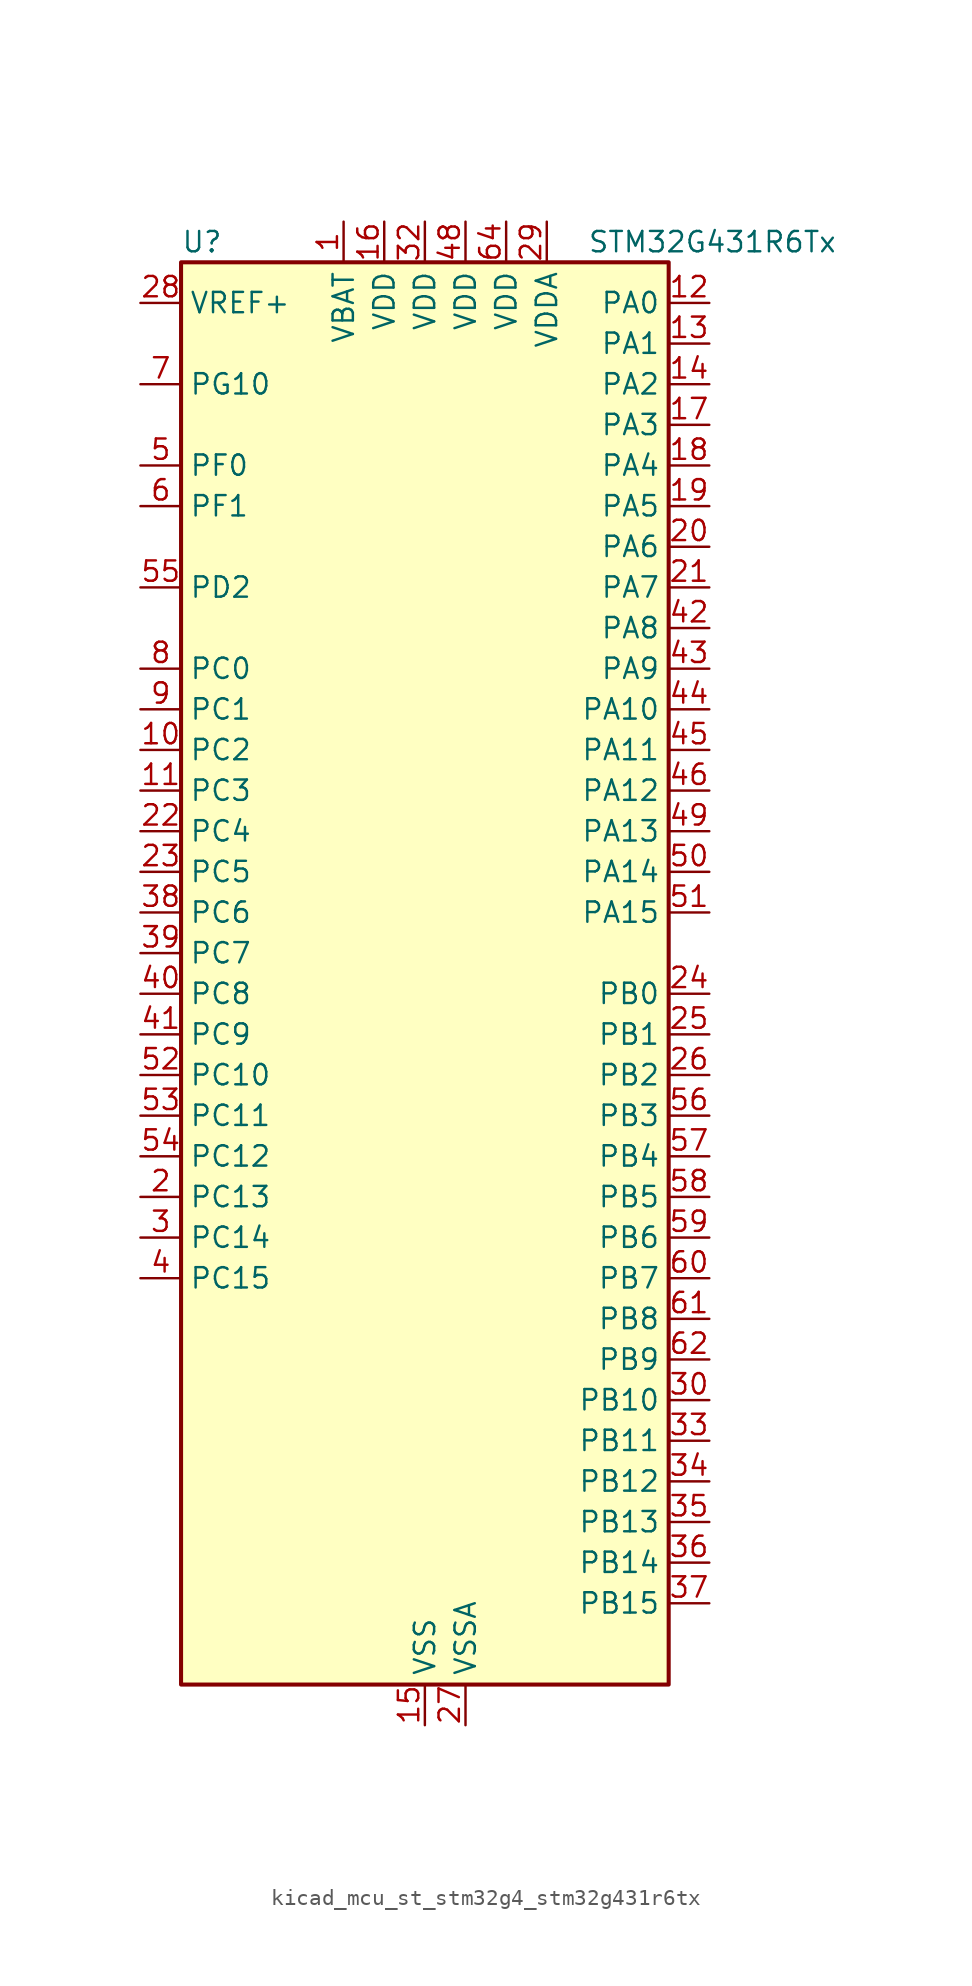
<source format=kicad_sym>
(kicad_symbol_lib
  (version 20220914)
  (generator kicad_symbol_editor)
  (symbol "kicad_mcu_st_stm32g4_stm32g431r6tx"
    (property "Reference" "U"
      (at -15.24 46.99 0)
      (effects (font (size 1.27 1.27)) (justify left)))
    (property "Value" "STM32G431R6Tx"
      (at 10.16 46.99 0)
      (effects (font (size 1.27 1.27)) (justify left)))
    (property "ki_locked" ""
      (at 0 0 0)
      (effects (font (size 1.27 1.27))))
    (symbol "kicad_mcu_st_stm32g4_stm32g431r6tx_0_1"
      (rectangle (start -15.24 -43.18) (end 15.24 45.72) (stroke (width 0.254) (type default)) (fill (type background))))
    (symbol "kicad_mcu_st_stm32g4_stm32g431r6tx_1_1"
      (pin power_in line (at -5.08 48.26 270) (length 2.54) (name "VBAT" (effects (font (size 1.27 1.27)))) (number "1" (effects (font (size 1.27 1.27)))))
      (pin bidirectional line (at -17.78 15.24 0) (length 2.54) (name "PC2" (effects (font (size 1.27 1.27)))) (number "10" (effects (font (size 1.27 1.27)))) (alternate "ADC1_IN8" bidirectional line) (alternate "ADC2_IN8" bidirectional line) (alternate "COMP3_OUT" bidirectional line) (alternate "LPTIM1_IN2" bidirectional line) (alternate "TIM1_CH3" bidirectional line))
      (pin bidirectional line (at -17.78 12.7 0) (length 2.54) (name "PC3" (effects (font (size 1.27 1.27)))) (number "11" (effects (font (size 1.27 1.27)))) (alternate "ADC1_IN9" bidirectional line) (alternate "ADC2_IN9" bidirectional line) (alternate "LPTIM1_ETR" bidirectional line) (alternate "SAI1_D1" bidirectional line) (alternate "SAI1_SD_A" bidirectional line) (alternate "TIM1_BKIN2" bidirectional line) (alternate "TIM1_CH4" bidirectional line))
      (pin bidirectional line (at 17.78 43.18 180) (length 2.54) (name "PA0" (effects (font (size 1.27 1.27)))) (number "12" (effects (font (size 1.27 1.27)))) (alternate "ADC1_IN1" bidirectional line) (alternate "ADC2_IN1" bidirectional line) (alternate "COMP1_INM" bidirectional line) (alternate "COMP1_OUT" bidirectional line) (alternate "COMP3_INP" bidirectional line) (alternate "RTC_TAMP2" bidirectional line) (alternate "SYS_WKUP1" bidirectional line) (alternate "TIM2_CH1" bidirectional line) (alternate "TIM2_ETR" bidirectional line) (alternate "TIM8_BKIN" bidirectional line) (alternate "TIM8_ETR" bidirectional line) (alternate "USART2_CTS" bidirectional line) (alternate "USART2_NSS" bidirectional line))
      (pin bidirectional line (at 17.78 40.64 180) (length 2.54) (name "PA1" (effects (font (size 1.27 1.27)))) (number "13" (effects (font (size 1.27 1.27)))) (alternate "ADC1_IN2" bidirectional line) (alternate "ADC2_IN2" bidirectional line) (alternate "COMP1_INP" bidirectional line) (alternate "OPAMP1_VINP" bidirectional line) (alternate "OPAMP1_VINP_SEC" bidirectional line) (alternate "OPAMP3_VINP" bidirectional line) (alternate "OPAMP3_VINP_SEC" bidirectional line) (alternate "RTC_REFIN" bidirectional line) (alternate "TIM15_CH1N" bidirectional line) (alternate "TIM2_CH2" bidirectional line) (alternate "USART2_DE" bidirectional line) (alternate "USART2_RTS" bidirectional line))
      (pin bidirectional line (at 17.78 38.1 180) (length 2.54) (name "PA2" (effects (font (size 1.27 1.27)))) (number "14" (effects (font (size 1.27 1.27)))) (alternate "ADC1_IN3" bidirectional line) (alternate "COMP2_INM" bidirectional line) (alternate "COMP2_OUT" bidirectional line) (alternate "LPUART1_TX" bidirectional line) (alternate "OPAMP1_VOUT" bidirectional line) (alternate "RCC_LSCO" bidirectional line) (alternate "SYS_WKUP4" bidirectional line) (alternate "TIM15_CH1" bidirectional line) (alternate "TIM2_CH3" bidirectional line) (alternate "UCPD1_FRSTX1" bidirectional line) (alternate "UCPD1_FRSTX2" bidirectional line) (alternate "USART2_TX" bidirectional line))
      (pin power_in line (at 0 -45.72 90) (length 2.54) (name "VSS" (effects (font (size 1.27 1.27)))) (number "15" (effects (font (size 1.27 1.27)))))
      (pin power_in line (at -2.54 48.26 270) (length 2.54) (name "VDD" (effects (font (size 1.27 1.27)))) (number "16" (effects (font (size 1.27 1.27)))))
      (pin bidirectional line (at 17.78 35.56 180) (length 2.54) (name "PA3" (effects (font (size 1.27 1.27)))) (number "17" (effects (font (size 1.27 1.27)))) (alternate "ADC1_IN4" bidirectional line) (alternate "COMP2_INP" bidirectional line) (alternate "LPUART1_RX" bidirectional line) (alternate "OPAMP1_VINM" bidirectional line) (alternate "OPAMP1_VINM0" bidirectional line) (alternate "OPAMP1_VINM_SEC" bidirectional line) (alternate "OPAMP1_VINP" bidirectional line) (alternate "OPAMP1_VINP_SEC" bidirectional line) (alternate "SAI1_CK1" bidirectional line) (alternate "SAI1_MCLK_A" bidirectional line) (alternate "TIM15_CH2" bidirectional line) (alternate "TIM2_CH4" bidirectional line) (alternate "USART2_RX" bidirectional line))
      (pin bidirectional line (at 17.78 33.02 180) (length 2.54) (name "PA4" (effects (font (size 1.27 1.27)))) (number "18" (effects (font (size 1.27 1.27)))) (alternate "ADC2_IN17" bidirectional line) (alternate "COMP1_INM" bidirectional line) (alternate "DAC1_OUT1" bidirectional line) (alternate "I2S3_WS" bidirectional line) (alternate "SAI1_FS_B" bidirectional line) (alternate "SPI1_NSS" bidirectional line) (alternate "SPI3_NSS" bidirectional line) (alternate "TIM3_CH2" bidirectional line) (alternate "USART2_CK" bidirectional line))
      (pin bidirectional line (at 17.78 30.48 180) (length 2.54) (name "PA5" (effects (font (size 1.27 1.27)))) (number "19" (effects (font (size 1.27 1.27)))) (alternate "ADC2_IN13" bidirectional line) (alternate "COMP2_INM" bidirectional line) (alternate "DAC1_OUT2" bidirectional line) (alternate "OPAMP2_VINM" bidirectional line) (alternate "OPAMP2_VINM0" bidirectional line) (alternate "OPAMP2_VINM_SEC" bidirectional line) (alternate "SPI1_SCK" bidirectional line) (alternate "TIM2_CH1" bidirectional line) (alternate "TIM2_ETR" bidirectional line) (alternate "UCPD1_FRSTX1" bidirectional line) (alternate "UCPD1_FRSTX2" bidirectional line))
      (pin bidirectional line (at -17.78 -12.7 0) (length 2.54) (name "PC13" (effects (font (size 1.27 1.27)))) (number "2" (effects (font (size 1.27 1.27)))) (alternate "RTC_OUT1" bidirectional line) (alternate "RTC_TAMP1" bidirectional line) (alternate "RTC_TS" bidirectional line) (alternate "SYS_WKUP2" bidirectional line) (alternate "TIM1_BKIN" bidirectional line) (alternate "TIM1_CH1N" bidirectional line) (alternate "TIM8_CH4N" bidirectional line))
      (pin bidirectional line (at 17.78 27.94 180) (length 2.54) (name "PA6" (effects (font (size 1.27 1.27)))) (number "20" (effects (font (size 1.27 1.27)))) (alternate "ADC2_IN3" bidirectional line) (alternate "COMP1_OUT" bidirectional line) (alternate "LPUART1_CTS" bidirectional line) (alternate "OPAMP2_VOUT" bidirectional line) (alternate "SPI1_MISO" bidirectional line) (alternate "TIM16_CH1" bidirectional line) (alternate "TIM1_BKIN" bidirectional line) (alternate "TIM3_CH1" bidirectional line) (alternate "TIM8_BKIN" bidirectional line))
      (pin bidirectional line (at 17.78 25.4 180) (length 2.54) (name "PA7" (effects (font (size 1.27 1.27)))) (number "21" (effects (font (size 1.27 1.27)))) (alternate "ADC2_IN4" bidirectional line) (alternate "COMP2_INP" bidirectional line) (alternate "COMP2_OUT" bidirectional line) (alternate "OPAMP1_VINP" bidirectional line) (alternate "OPAMP1_VINP_SEC" bidirectional line) (alternate "OPAMP2_VINP" bidirectional line) (alternate "OPAMP2_VINP_SEC" bidirectional line) (alternate "SPI1_MOSI" bidirectional line) (alternate "TIM17_CH1" bidirectional line) (alternate "TIM1_CH1N" bidirectional line) (alternate "TIM3_CH2" bidirectional line) (alternate "TIM8_CH1N" bidirectional line) (alternate "UCPD1_FRSTX1" bidirectional line) (alternate "UCPD1_FRSTX2" bidirectional line))
      (pin bidirectional line (at -17.78 10.16 0) (length 2.54) (name "PC4" (effects (font (size 1.27 1.27)))) (number "22" (effects (font (size 1.27 1.27)))) (alternate "ADC2_IN5" bidirectional line) (alternate "I2C2_SCL" bidirectional line) (alternate "TIM1_ETR" bidirectional line) (alternate "USART1_TX" bidirectional line))
      (pin bidirectional line (at -17.78 7.62 0) (length 2.54) (name "PC5" (effects (font (size 1.27 1.27)))) (number "23" (effects (font (size 1.27 1.27)))) (alternate "ADC2_IN11" bidirectional line) (alternate "OPAMP1_VINM" bidirectional line) (alternate "OPAMP1_VINM1" bidirectional line) (alternate "OPAMP1_VINM_SEC" bidirectional line) (alternate "OPAMP2_VINM" bidirectional line) (alternate "OPAMP2_VINM1" bidirectional line) (alternate "OPAMP2_VINM_SEC" bidirectional line) (alternate "SAI1_D3" bidirectional line) (alternate "SYS_WKUP5" bidirectional line) (alternate "TIM15_BKIN" bidirectional line) (alternate "TIM1_CH4N" bidirectional line) (alternate "USART1_RX" bidirectional line))
      (pin bidirectional line (at 17.78 0 180) (length 2.54) (name "PB0" (effects (font (size 1.27 1.27)))) (number "24" (effects (font (size 1.27 1.27)))) (alternate "ADC1_IN15" bidirectional line) (alternate "COMP4_INP" bidirectional line) (alternate "OPAMP2_VINP" bidirectional line) (alternate "OPAMP2_VINP_SEC" bidirectional line) (alternate "OPAMP3_VINP" bidirectional line) (alternate "OPAMP3_VINP_SEC" bidirectional line) (alternate "TIM1_CH2N" bidirectional line) (alternate "TIM3_CH3" bidirectional line) (alternate "TIM8_CH2N" bidirectional line) (alternate "UCPD1_FRSTX1" bidirectional line) (alternate "UCPD1_FRSTX2" bidirectional line))
      (pin bidirectional line (at 17.78 -2.54 180) (length 2.54) (name "PB1" (effects (font (size 1.27 1.27)))) (number "25" (effects (font (size 1.27 1.27)))) (alternate "ADC1_IN12" bidirectional line) (alternate "COMP1_INP" bidirectional line) (alternate "COMP4_OUT" bidirectional line) (alternate "LPUART1_DE" bidirectional line) (alternate "LPUART1_RTS" bidirectional line) (alternate "OPAMP3_VOUT" bidirectional line) (alternate "TIM1_CH3N" bidirectional line) (alternate "TIM3_CH4" bidirectional line) (alternate "TIM8_CH3N" bidirectional line))
      (pin bidirectional line (at 17.78 -5.08 180) (length 2.54) (name "PB2" (effects (font (size 1.27 1.27)))) (number "26" (effects (font (size 1.27 1.27)))) (alternate "ADC2_IN12" bidirectional line) (alternate "COMP4_INM" bidirectional line) (alternate "I2C3_SMBA" bidirectional line) (alternate "LPTIM1_OUT" bidirectional line) (alternate "OPAMP3_VINM" bidirectional line) (alternate "OPAMP3_VINM0" bidirectional line) (alternate "OPAMP3_VINM_SEC" bidirectional line) (alternate "RTC_OUT2" bidirectional line))
      (pin power_in line (at 2.54 -45.72 90) (length 2.54) (name "VSSA" (effects (font (size 1.27 1.27)))) (number "27" (effects (font (size 1.27 1.27)))))
      (pin input line (at -17.78 43.18 0) (length 2.54) (name "VREF+" (effects (font (size 1.27 1.27)))) (number "28" (effects (font (size 1.27 1.27)))) (alternate "VREFBUF_OUT" bidirectional line))
      (pin power_in line (at 7.62 48.26 270) (length 2.54) (name "VDDA" (effects (font (size 1.27 1.27)))) (number "29" (effects (font (size 1.27 1.27)))))
      (pin bidirectional line (at -17.78 -15.24 0) (length 2.54) (name "PC14" (effects (font (size 1.27 1.27)))) (number "3" (effects (font (size 1.27 1.27)))) (alternate "RCC_OSC32_IN" bidirectional line))
      (pin bidirectional line (at 17.78 -25.4 180) (length 2.54) (name "PB10" (effects (font (size 1.27 1.27)))) (number "30" (effects (font (size 1.27 1.27)))) (alternate "DAC1_EXTI10" bidirectional line) (alternate "DAC3_EXTI10" bidirectional line) (alternate "LPUART1_RX" bidirectional line) (alternate "OPAMP3_VINM" bidirectional line) (alternate "OPAMP3_VINM1" bidirectional line) (alternate "OPAMP3_VINM_SEC" bidirectional line) (alternate "SAI1_SCK_A" bidirectional line) (alternate "TIM1_BKIN" bidirectional line) (alternate "TIM2_CH3" bidirectional line) (alternate "USART3_TX" bidirectional line))
      (pin passive line (at 0 -45.72 90) (length 2.54) hide (name "VSS" (effects (font (size 1.27 1.27)))) (number "31" (effects (font (size 1.27 1.27)))))
      (pin power_in line (at 0 48.26 270) (length 2.54) (name "VDD" (effects (font (size 1.27 1.27)))) (number "32" (effects (font (size 1.27 1.27)))))
      (pin bidirectional line (at 17.78 -27.94 180) (length 2.54) (name "PB11" (effects (font (size 1.27 1.27)))) (number "33" (effects (font (size 1.27 1.27)))) (alternate "ADC1_EXTI11" bidirectional line) (alternate "ADC1_IN14" bidirectional line) (alternate "ADC2_EXTI11" bidirectional line) (alternate "ADC2_IN14" bidirectional line) (alternate "LPUART1_TX" bidirectional line) (alternate "TIM2_CH4" bidirectional line) (alternate "USART3_RX" bidirectional line))
      (pin bidirectional line (at 17.78 -30.48 180) (length 2.54) (name "PB12" (effects (font (size 1.27 1.27)))) (number "34" (effects (font (size 1.27 1.27)))) (alternate "ADC1_IN11" bidirectional line) (alternate "I2C2_SMBA" bidirectional line) (alternate "I2S2_WS" bidirectional line) (alternate "LPUART1_DE" bidirectional line) (alternate "LPUART1_RTS" bidirectional line) (alternate "SPI2_NSS" bidirectional line) (alternate "TIM1_BKIN" bidirectional line) (alternate "USART3_CK" bidirectional line))
      (pin bidirectional line (at 17.78 -33.02 180) (length 2.54) (name "PB13" (effects (font (size 1.27 1.27)))) (number "35" (effects (font (size 1.27 1.27)))) (alternate "I2S2_CK" bidirectional line) (alternate "LPUART1_CTS" bidirectional line) (alternate "OPAMP3_VINP" bidirectional line) (alternate "OPAMP3_VINP_SEC" bidirectional line) (alternate "SPI2_SCK" bidirectional line) (alternate "TIM1_CH1N" bidirectional line) (alternate "USART3_CTS" bidirectional line) (alternate "USART3_NSS" bidirectional line))
      (pin bidirectional line (at 17.78 -35.56 180) (length 2.54) (name "PB14" (effects (font (size 1.27 1.27)))) (number "36" (effects (font (size 1.27 1.27)))) (alternate "ADC1_IN5" bidirectional line) (alternate "COMP4_OUT" bidirectional line) (alternate "OPAMP2_VINP" bidirectional line) (alternate "OPAMP2_VINP_SEC" bidirectional line) (alternate "SPI2_MISO" bidirectional line) (alternate "TIM15_CH1" bidirectional line) (alternate "TIM1_CH2N" bidirectional line) (alternate "USART3_DE" bidirectional line) (alternate "USART3_RTS" bidirectional line))
      (pin bidirectional line (at 17.78 -38.1 180) (length 2.54) (name "PB15" (effects (font (size 1.27 1.27)))) (number "37" (effects (font (size 1.27 1.27)))) (alternate "ADC1_EXTI15" bidirectional line) (alternate "ADC2_EXTI15" bidirectional line) (alternate "ADC2_IN15" bidirectional line) (alternate "COMP3_OUT" bidirectional line) (alternate "I2S2_SD" bidirectional line) (alternate "RTC_REFIN" bidirectional line) (alternate "SPI2_MOSI" bidirectional line) (alternate "TIM15_CH1N" bidirectional line) (alternate "TIM15_CH2" bidirectional line) (alternate "TIM1_CH3N" bidirectional line))
      (pin bidirectional line (at -17.78 5.08 0) (length 2.54) (name "PC6" (effects (font (size 1.27 1.27)))) (number "38" (effects (font (size 1.27 1.27)))) (alternate "I2S2_MCK" bidirectional line) (alternate "TIM3_CH1" bidirectional line) (alternate "TIM8_CH1" bidirectional line))
      (pin bidirectional line (at -17.78 2.54 0) (length 2.54) (name "PC7" (effects (font (size 1.27 1.27)))) (number "39" (effects (font (size 1.27 1.27)))) (alternate "I2S3_MCK" bidirectional line) (alternate "TIM3_CH2" bidirectional line) (alternate "TIM8_CH2" bidirectional line))
      (pin bidirectional line (at -17.78 -17.78 0) (length 2.54) (name "PC15" (effects (font (size 1.27 1.27)))) (number "4" (effects (font (size 1.27 1.27)))) (alternate "ADC1_EXTI15" bidirectional line) (alternate "ADC2_EXTI15" bidirectional line) (alternate "RCC_OSC32_OUT" bidirectional line))
      (pin bidirectional line (at -17.78 0 0) (length 2.54) (name "PC8" (effects (font (size 1.27 1.27)))) (number "40" (effects (font (size 1.27 1.27)))) (alternate "I2C3_SCL" bidirectional line) (alternate "TIM3_CH3" bidirectional line) (alternate "TIM8_CH3" bidirectional line))
      (pin bidirectional line (at -17.78 -2.54 0) (length 2.54) (name "PC9" (effects (font (size 1.27 1.27)))) (number "41" (effects (font (size 1.27 1.27)))) (alternate "DAC1_EXTI9" bidirectional line) (alternate "DAC3_EXTI9" bidirectional line) (alternate "I2C3_SDA" bidirectional line) (alternate "I2S_CKIN" bidirectional line) (alternate "TIM3_CH4" bidirectional line) (alternate "TIM8_BKIN2" bidirectional line) (alternate "TIM8_CH4" bidirectional line))
      (pin bidirectional line (at 17.78 22.86 180) (length 2.54) (name "PA8" (effects (font (size 1.27 1.27)))) (number "42" (effects (font (size 1.27 1.27)))) (alternate "I2C2_SDA" bidirectional line) (alternate "I2C3_SCL" bidirectional line) (alternate "I2S2_MCK" bidirectional line) (alternate "RCC_MCO" bidirectional line) (alternate "SAI1_CK2" bidirectional line) (alternate "SAI1_SCK_A" bidirectional line) (alternate "TIM1_CH1" bidirectional line) (alternate "TIM4_ETR" bidirectional line) (alternate "USART1_CK" bidirectional line))
      (pin bidirectional line (at 17.78 20.32 180) (length 2.54) (name "PA9" (effects (font (size 1.27 1.27)))) (number "43" (effects (font (size 1.27 1.27)))) (alternate "DAC1_EXTI9" bidirectional line) (alternate "DAC3_EXTI9" bidirectional line) (alternate "I2C2_SCL" bidirectional line) (alternate "I2C3_SMBA" bidirectional line) (alternate "I2S3_MCK" bidirectional line) (alternate "SAI1_FS_A" bidirectional line) (alternate "TIM15_BKIN" bidirectional line) (alternate "TIM1_CH2" bidirectional line) (alternate "TIM2_CH3" bidirectional line) (alternate "UCPD1_DBCC1" bidirectional line) (alternate "USART1_TX" bidirectional line))
      (pin bidirectional line (at 17.78 17.78 180) (length 2.54) (name "PA10" (effects (font (size 1.27 1.27)))) (number "44" (effects (font (size 1.27 1.27)))) (alternate "CRS_SYNC" bidirectional line) (alternate "DAC1_EXTI10" bidirectional line) (alternate "DAC3_EXTI10" bidirectional line) (alternate "I2C2_SMBA" bidirectional line) (alternate "SAI1_D1" bidirectional line) (alternate "SAI1_SD_A" bidirectional line) (alternate "SPI2_MISO" bidirectional line) (alternate "TIM17_BKIN" bidirectional line) (alternate "TIM1_CH3" bidirectional line) (alternate "TIM2_CH4" bidirectional line) (alternate "TIM8_BKIN" bidirectional line) (alternate "UCPD1_DBCC2" bidirectional line) (alternate "USART1_RX" bidirectional line))
      (pin bidirectional line (at 17.78 15.24 180) (length 2.54) (name "PA11" (effects (font (size 1.27 1.27)))) (number "45" (effects (font (size 1.27 1.27)))) (alternate "ADC1_EXTI11" bidirectional line) (alternate "ADC2_EXTI11" bidirectional line) (alternate "COMP1_OUT" bidirectional line) (alternate "FDCAN1_RX" bidirectional line) (alternate "I2S2_SD" bidirectional line) (alternate "SPI2_MOSI" bidirectional line) (alternate "TIM1_BKIN2" bidirectional line) (alternate "TIM1_CH1N" bidirectional line) (alternate "TIM1_CH4" bidirectional line) (alternate "TIM4_CH1" bidirectional line) (alternate "USART1_CTS" bidirectional line) (alternate "USART1_NSS" bidirectional line) (alternate "USB_DM" bidirectional line))
      (pin bidirectional line (at 17.78 12.7 180) (length 2.54) (name "PA12" (effects (font (size 1.27 1.27)))) (number "46" (effects (font (size 1.27 1.27)))) (alternate "COMP2_OUT" bidirectional line) (alternate "FDCAN1_TX" bidirectional line) (alternate "I2S_CKIN" bidirectional line) (alternate "TIM16_CH1" bidirectional line) (alternate "TIM1_CH2N" bidirectional line) (alternate "TIM1_ETR" bidirectional line) (alternate "TIM4_CH2" bidirectional line) (alternate "USART1_DE" bidirectional line) (alternate "USART1_RTS" bidirectional line) (alternate "USB_DP" bidirectional line))
      (pin passive line (at 0 -45.72 90) (length 2.54) hide (name "VSS" (effects (font (size 1.27 1.27)))) (number "47" (effects (font (size 1.27 1.27)))))
      (pin power_in line (at 2.54 48.26 270) (length 2.54) (name "VDD" (effects (font (size 1.27 1.27)))) (number "48" (effects (font (size 1.27 1.27)))))
      (pin bidirectional line (at 17.78 10.16 180) (length 2.54) (name "PA13" (effects (font (size 1.27 1.27)))) (number "49" (effects (font (size 1.27 1.27)))) (alternate "I2C1_SCL" bidirectional line) (alternate "IR_OUT" bidirectional line) (alternate "SAI1_SD_B" bidirectional line) (alternate "SYS_JTMS-SWDIO" bidirectional line) (alternate "TIM16_CH1N" bidirectional line) (alternate "TIM4_CH3" bidirectional line) (alternate "USART3_CTS" bidirectional line) (alternate "USART3_NSS" bidirectional line))
      (pin bidirectional line (at -17.78 33.02 0) (length 2.54) (name "PF0" (effects (font (size 1.27 1.27)))) (number "5" (effects (font (size 1.27 1.27)))) (alternate "ADC1_IN10" bidirectional line) (alternate "I2C2_SDA" bidirectional line) (alternate "I2S2_WS" bidirectional line) (alternate "RCC_OSC_IN" bidirectional line) (alternate "SPI2_NSS" bidirectional line) (alternate "TIM1_CH3N" bidirectional line))
      (pin bidirectional line (at 17.78 7.62 180) (length 2.54) (name "PA14" (effects (font (size 1.27 1.27)))) (number "50" (effects (font (size 1.27 1.27)))) (alternate "I2C1_SDA" bidirectional line) (alternate "LPTIM1_OUT" bidirectional line) (alternate "SAI1_FS_B" bidirectional line) (alternate "SYS_JTCK-SWCLK" bidirectional line) (alternate "TIM1_BKIN" bidirectional line) (alternate "TIM8_CH2" bidirectional line) (alternate "USART2_TX" bidirectional line))
      (pin bidirectional line (at 17.78 5.08 180) (length 2.54) (name "PA15" (effects (font (size 1.27 1.27)))) (number "51" (effects (font (size 1.27 1.27)))) (alternate "ADC1_EXTI15" bidirectional line) (alternate "ADC2_EXTI15" bidirectional line) (alternate "I2C1_SCL" bidirectional line) (alternate "I2S3_WS" bidirectional line) (alternate "SPI1_NSS" bidirectional line) (alternate "SPI3_NSS" bidirectional line) (alternate "SYS_JTDI" bidirectional line) (alternate "TIM1_BKIN" bidirectional line) (alternate "TIM2_CH1" bidirectional line) (alternate "TIM2_ETR" bidirectional line) (alternate "TIM8_CH1" bidirectional line) (alternate "UART4_DE" bidirectional line) (alternate "UART4_RTS" bidirectional line) (alternate "USART2_RX" bidirectional line))
      (pin bidirectional line (at -17.78 -5.08 0) (length 2.54) (name "PC10" (effects (font (size 1.27 1.27)))) (number "52" (effects (font (size 1.27 1.27)))) (alternate "DAC1_EXTI10" bidirectional line) (alternate "DAC3_EXTI10" bidirectional line) (alternate "I2S3_CK" bidirectional line) (alternate "SPI3_SCK" bidirectional line) (alternate "TIM8_CH1N" bidirectional line) (alternate "UART4_TX" bidirectional line) (alternate "USART3_TX" bidirectional line))
      (pin bidirectional line (at -17.78 -7.62 0) (length 2.54) (name "PC11" (effects (font (size 1.27 1.27)))) (number "53" (effects (font (size 1.27 1.27)))) (alternate "ADC1_EXTI11" bidirectional line) (alternate "ADC2_EXTI11" bidirectional line) (alternate "I2C3_SDA" bidirectional line) (alternate "SPI3_MISO" bidirectional line) (alternate "TIM8_CH2N" bidirectional line) (alternate "UART4_RX" bidirectional line) (alternate "USART3_RX" bidirectional line))
      (pin bidirectional line (at -17.78 -10.16 0) (length 2.54) (name "PC12" (effects (font (size 1.27 1.27)))) (number "54" (effects (font (size 1.27 1.27)))) (alternate "I2S3_SD" bidirectional line) (alternate "SPI3_MOSI" bidirectional line) (alternate "TIM8_CH3N" bidirectional line) (alternate "UCPD1_FRSTX1" bidirectional line) (alternate "UCPD1_FRSTX2" bidirectional line) (alternate "USART3_CK" bidirectional line))
      (pin bidirectional line (at -17.78 25.4 0) (length 2.54) (name "PD2" (effects (font (size 1.27 1.27)))) (number "55" (effects (font (size 1.27 1.27)))) (alternate "TIM3_ETR" bidirectional line) (alternate "TIM8_BKIN" bidirectional line))
      (pin bidirectional line (at 17.78 -7.62 180) (length 2.54) (name "PB3" (effects (font (size 1.27 1.27)))) (number "56" (effects (font (size 1.27 1.27)))) (alternate "CRS_SYNC" bidirectional line) (alternate "I2S3_CK" bidirectional line) (alternate "SAI1_SCK_B" bidirectional line) (alternate "SPI1_SCK" bidirectional line) (alternate "SPI3_SCK" bidirectional line) (alternate "SYS_JTDO-SWO" bidirectional line) (alternate "TIM2_CH2" bidirectional line) (alternate "TIM3_ETR" bidirectional line) (alternate "TIM4_ETR" bidirectional line) (alternate "TIM8_CH1N" bidirectional line) (alternate "USART2_TX" bidirectional line))
      (pin bidirectional line (at 17.78 -10.16 180) (length 2.54) (name "PB4" (effects (font (size 1.27 1.27)))) (number "57" (effects (font (size 1.27 1.27)))) (alternate "SAI1_MCLK_B" bidirectional line) (alternate "SPI1_MISO" bidirectional line) (alternate "SPI3_MISO" bidirectional line) (alternate "SYS_JTRST" bidirectional line) (alternate "TIM16_CH1" bidirectional line) (alternate "TIM17_BKIN" bidirectional line) (alternate "TIM3_CH1" bidirectional line) (alternate "TIM8_CH2N" bidirectional line) (alternate "UCPD1_CC2" bidirectional line) (alternate "USART2_RX" bidirectional line))
      (pin bidirectional line (at 17.78 -12.7 180) (length 2.54) (name "PB5" (effects (font (size 1.27 1.27)))) (number "58" (effects (font (size 1.27 1.27)))) (alternate "I2C1_SMBA" bidirectional line) (alternate "I2C3_SDA" bidirectional line) (alternate "I2S3_SD" bidirectional line) (alternate "LPTIM1_IN1" bidirectional line) (alternate "SAI1_SD_B" bidirectional line) (alternate "SPI1_MOSI" bidirectional line) (alternate "SPI3_MOSI" bidirectional line) (alternate "TIM16_BKIN" bidirectional line) (alternate "TIM17_CH1" bidirectional line) (alternate "TIM3_CH2" bidirectional line) (alternate "TIM8_CH3N" bidirectional line) (alternate "USART2_CK" bidirectional line))
      (pin bidirectional line (at 17.78 -15.24 180) (length 2.54) (name "PB6" (effects (font (size 1.27 1.27)))) (number "59" (effects (font (size 1.27 1.27)))) (alternate "COMP4_OUT" bidirectional line) (alternate "LPTIM1_ETR" bidirectional line) (alternate "SAI1_FS_B" bidirectional line) (alternate "TIM16_CH1N" bidirectional line) (alternate "TIM4_CH1" bidirectional line) (alternate "TIM8_BKIN2" bidirectional line) (alternate "TIM8_CH1" bidirectional line) (alternate "TIM8_ETR" bidirectional line) (alternate "UCPD1_CC1" bidirectional line) (alternate "USART1_TX" bidirectional line))
      (pin bidirectional line (at -17.78 30.48 0) (length 2.54) (name "PF1" (effects (font (size 1.27 1.27)))) (number "6" (effects (font (size 1.27 1.27)))) (alternate "ADC2_IN10" bidirectional line) (alternate "COMP3_INM" bidirectional line) (alternate "I2S2_CK" bidirectional line) (alternate "RCC_OSC_OUT" bidirectional line) (alternate "SPI2_SCK" bidirectional line))
      (pin bidirectional line (at 17.78 -17.78 180) (length 2.54) (name "PB7" (effects (font (size 1.27 1.27)))) (number "60" (effects (font (size 1.27 1.27)))) (alternate "COMP3_OUT" bidirectional line) (alternate "I2C1_SDA" bidirectional line) (alternate "LPTIM1_IN2" bidirectional line) (alternate "SYS_PVD_IN" bidirectional line) (alternate "TIM17_CH1N" bidirectional line) (alternate "TIM3_CH4" bidirectional line) (alternate "TIM4_CH2" bidirectional line) (alternate "TIM8_BKIN" bidirectional line) (alternate "UART4_CTS" bidirectional line) (alternate "USART1_RX" bidirectional line))
      (pin bidirectional line (at 17.78 -20.32 180) (length 2.54) (name "PB8" (effects (font (size 1.27 1.27)))) (number "61" (effects (font (size 1.27 1.27)))) (alternate "COMP1_OUT" bidirectional line) (alternate "FDCAN1_RX" bidirectional line) (alternate "I2C1_SCL" bidirectional line) (alternate "SAI1_CK1" bidirectional line) (alternate "SAI1_MCLK_A" bidirectional line) (alternate "TIM16_CH1" bidirectional line) (alternate "TIM1_BKIN" bidirectional line) (alternate "TIM4_CH3" bidirectional line) (alternate "TIM8_CH2" bidirectional line) (alternate "USART3_RX" bidirectional line))
      (pin bidirectional line (at 17.78 -22.86 180) (length 2.54) (name "PB9" (effects (font (size 1.27 1.27)))) (number "62" (effects (font (size 1.27 1.27)))) (alternate "COMP2_OUT" bidirectional line) (alternate "DAC1_EXTI9" bidirectional line) (alternate "DAC3_EXTI9" bidirectional line) (alternate "FDCAN1_TX" bidirectional line) (alternate "I2C1_SDA" bidirectional line) (alternate "IR_OUT" bidirectional line) (alternate "SAI1_D2" bidirectional line) (alternate "SAI1_FS_A" bidirectional line) (alternate "TIM17_CH1" bidirectional line) (alternate "TIM1_CH3N" bidirectional line) (alternate "TIM4_CH4" bidirectional line) (alternate "TIM8_CH3" bidirectional line) (alternate "USART3_TX" bidirectional line))
      (pin passive line (at 0 -45.72 90) (length 2.54) hide (name "VSS" (effects (font (size 1.27 1.27)))) (number "63" (effects (font (size 1.27 1.27)))))
      (pin power_in line (at 5.08 48.26 270) (length 2.54) (name "VDD" (effects (font (size 1.27 1.27)))) (number "64" (effects (font (size 1.27 1.27)))))
      (pin bidirectional line (at -17.78 38.1 0) (length 2.54) (name "PG10" (effects (font (size 1.27 1.27)))) (number "7" (effects (font (size 1.27 1.27)))) (alternate "DAC1_EXTI10" bidirectional line) (alternate "DAC3_EXTI10" bidirectional line) (alternate "RCC_MCO" bidirectional line))
      (pin bidirectional line (at -17.78 20.32 0) (length 2.54) (name "PC0" (effects (font (size 1.27 1.27)))) (number "8" (effects (font (size 1.27 1.27)))) (alternate "ADC1_IN6" bidirectional line) (alternate "ADC2_IN6" bidirectional line) (alternate "COMP3_INM" bidirectional line) (alternate "LPTIM1_IN1" bidirectional line) (alternate "LPUART1_RX" bidirectional line) (alternate "TIM1_CH1" bidirectional line))
      (pin bidirectional line (at -17.78 17.78 0) (length 2.54) (name "PC1" (effects (font (size 1.27 1.27)))) (number "9" (effects (font (size 1.27 1.27)))) (alternate "ADC1_IN7" bidirectional line) (alternate "ADC2_IN7" bidirectional line) (alternate "COMP3_INP" bidirectional line) (alternate "LPTIM1_OUT" bidirectional line) (alternate "LPUART1_TX" bidirectional line) (alternate "SAI1_SD_A" bidirectional line) (alternate "TIM1_CH2" bidirectional line)))))
</source>
